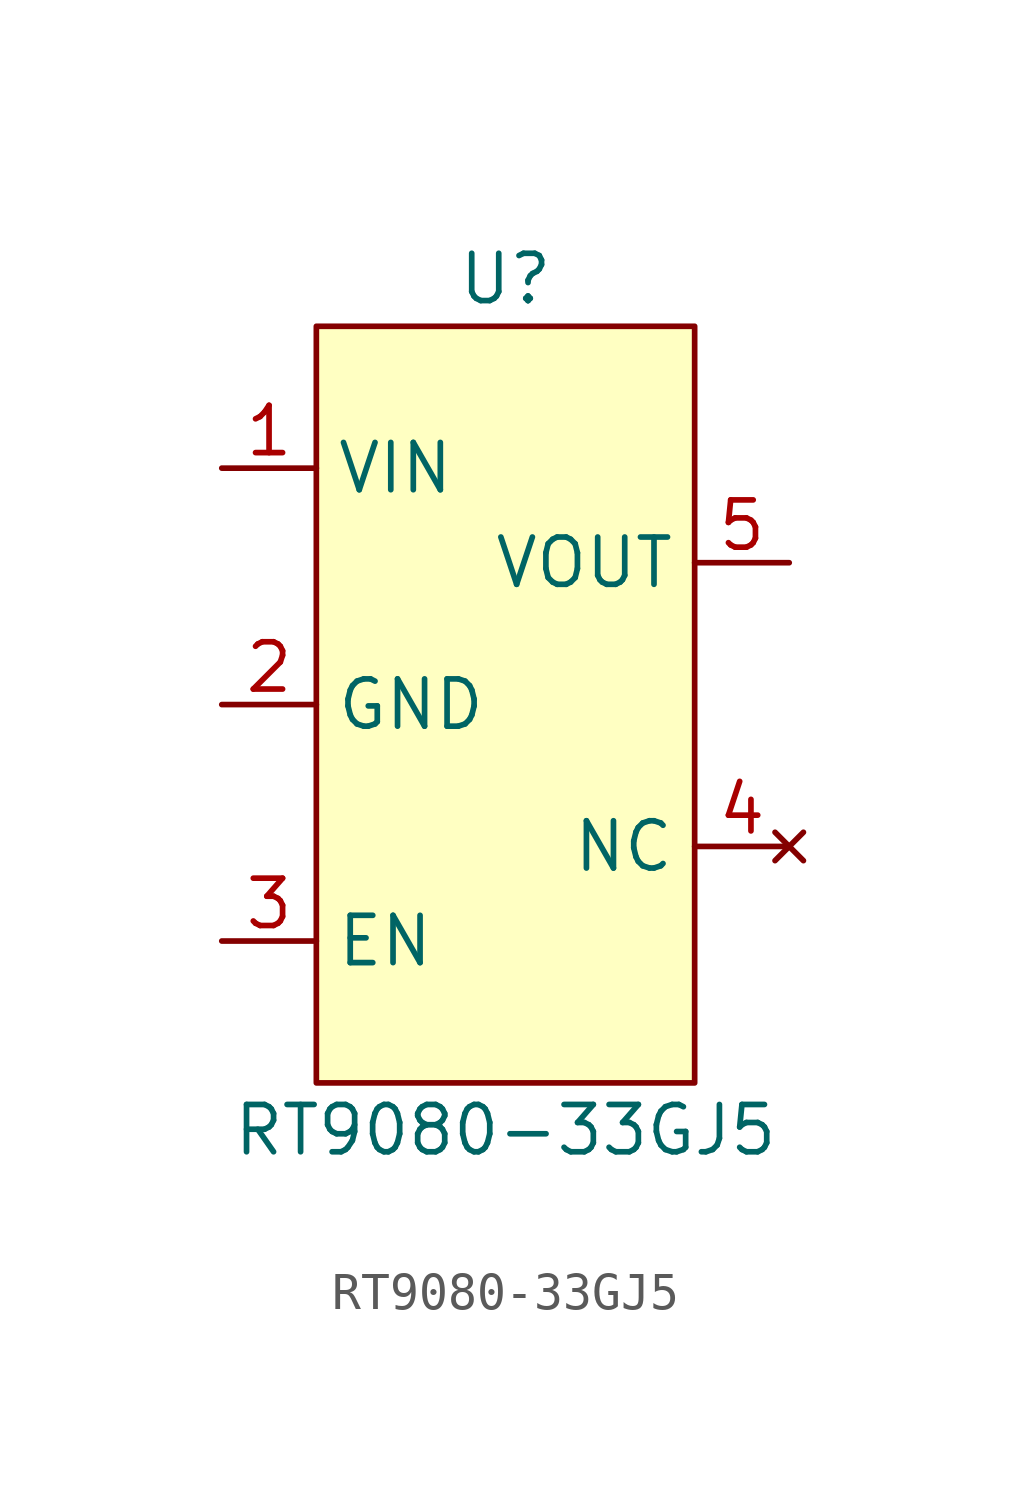
<source format=kicad_sym>
(kicad_symbol_lib
  (version 20241209)
  (generator "kicad_symbol_editor")
  (generator_version "9.0")
  (symbol "RT9080-33GJ5"
    (property "Reference" "U"
      (at 0 0 0)
      (effects (font (size 1.27 1.27))))
    (property "Value" "RT9080-33GJ5"
      (at 0 -22.86 0)
      (effects (font (size 1.27 1.27))))
    (symbol "RT9080-33GJ5_0_1"
      (rectangle (start -5.08 -1.27) (end 5.08 -21.59) (stroke (width 0) (type default)) (fill (type background))))
    (symbol "RT9080-33GJ5_1_1"
      (pin power_in line (at -7.62 -5.08 0) (length 2.54) (name "VIN" (effects (font (size 1.27 1.27)))) (number "1" (effects (font (size 1.27 1.27)))))
      (pin unspecified line (at -7.62 -11.43 0) (length 2.54) (name "GND" (effects (font (size 1.27 1.27)))) (number "2" (effects (font (size 1.27 1.27)))))
      (pin input line (at -7.62 -17.78 0) (length 2.54) (name "EN" (effects (font (size 1.27 1.27)))) (number "3" (effects (font (size 1.27 1.27)))))
      (pin power_out line (at 7.62 -7.62 180) (length 2.54) (name "VOUT" (effects (font (size 1.27 1.27)))) (number "5" (effects (font (size 1.27 1.27)))))
      (pin no_connect line (at 7.62 -15.24 180) (length 2.54) (name "NC" (effects (font (size 1.27 1.27)))) (number "4" (effects (font (size 1.27 1.27))))))))
</source>
